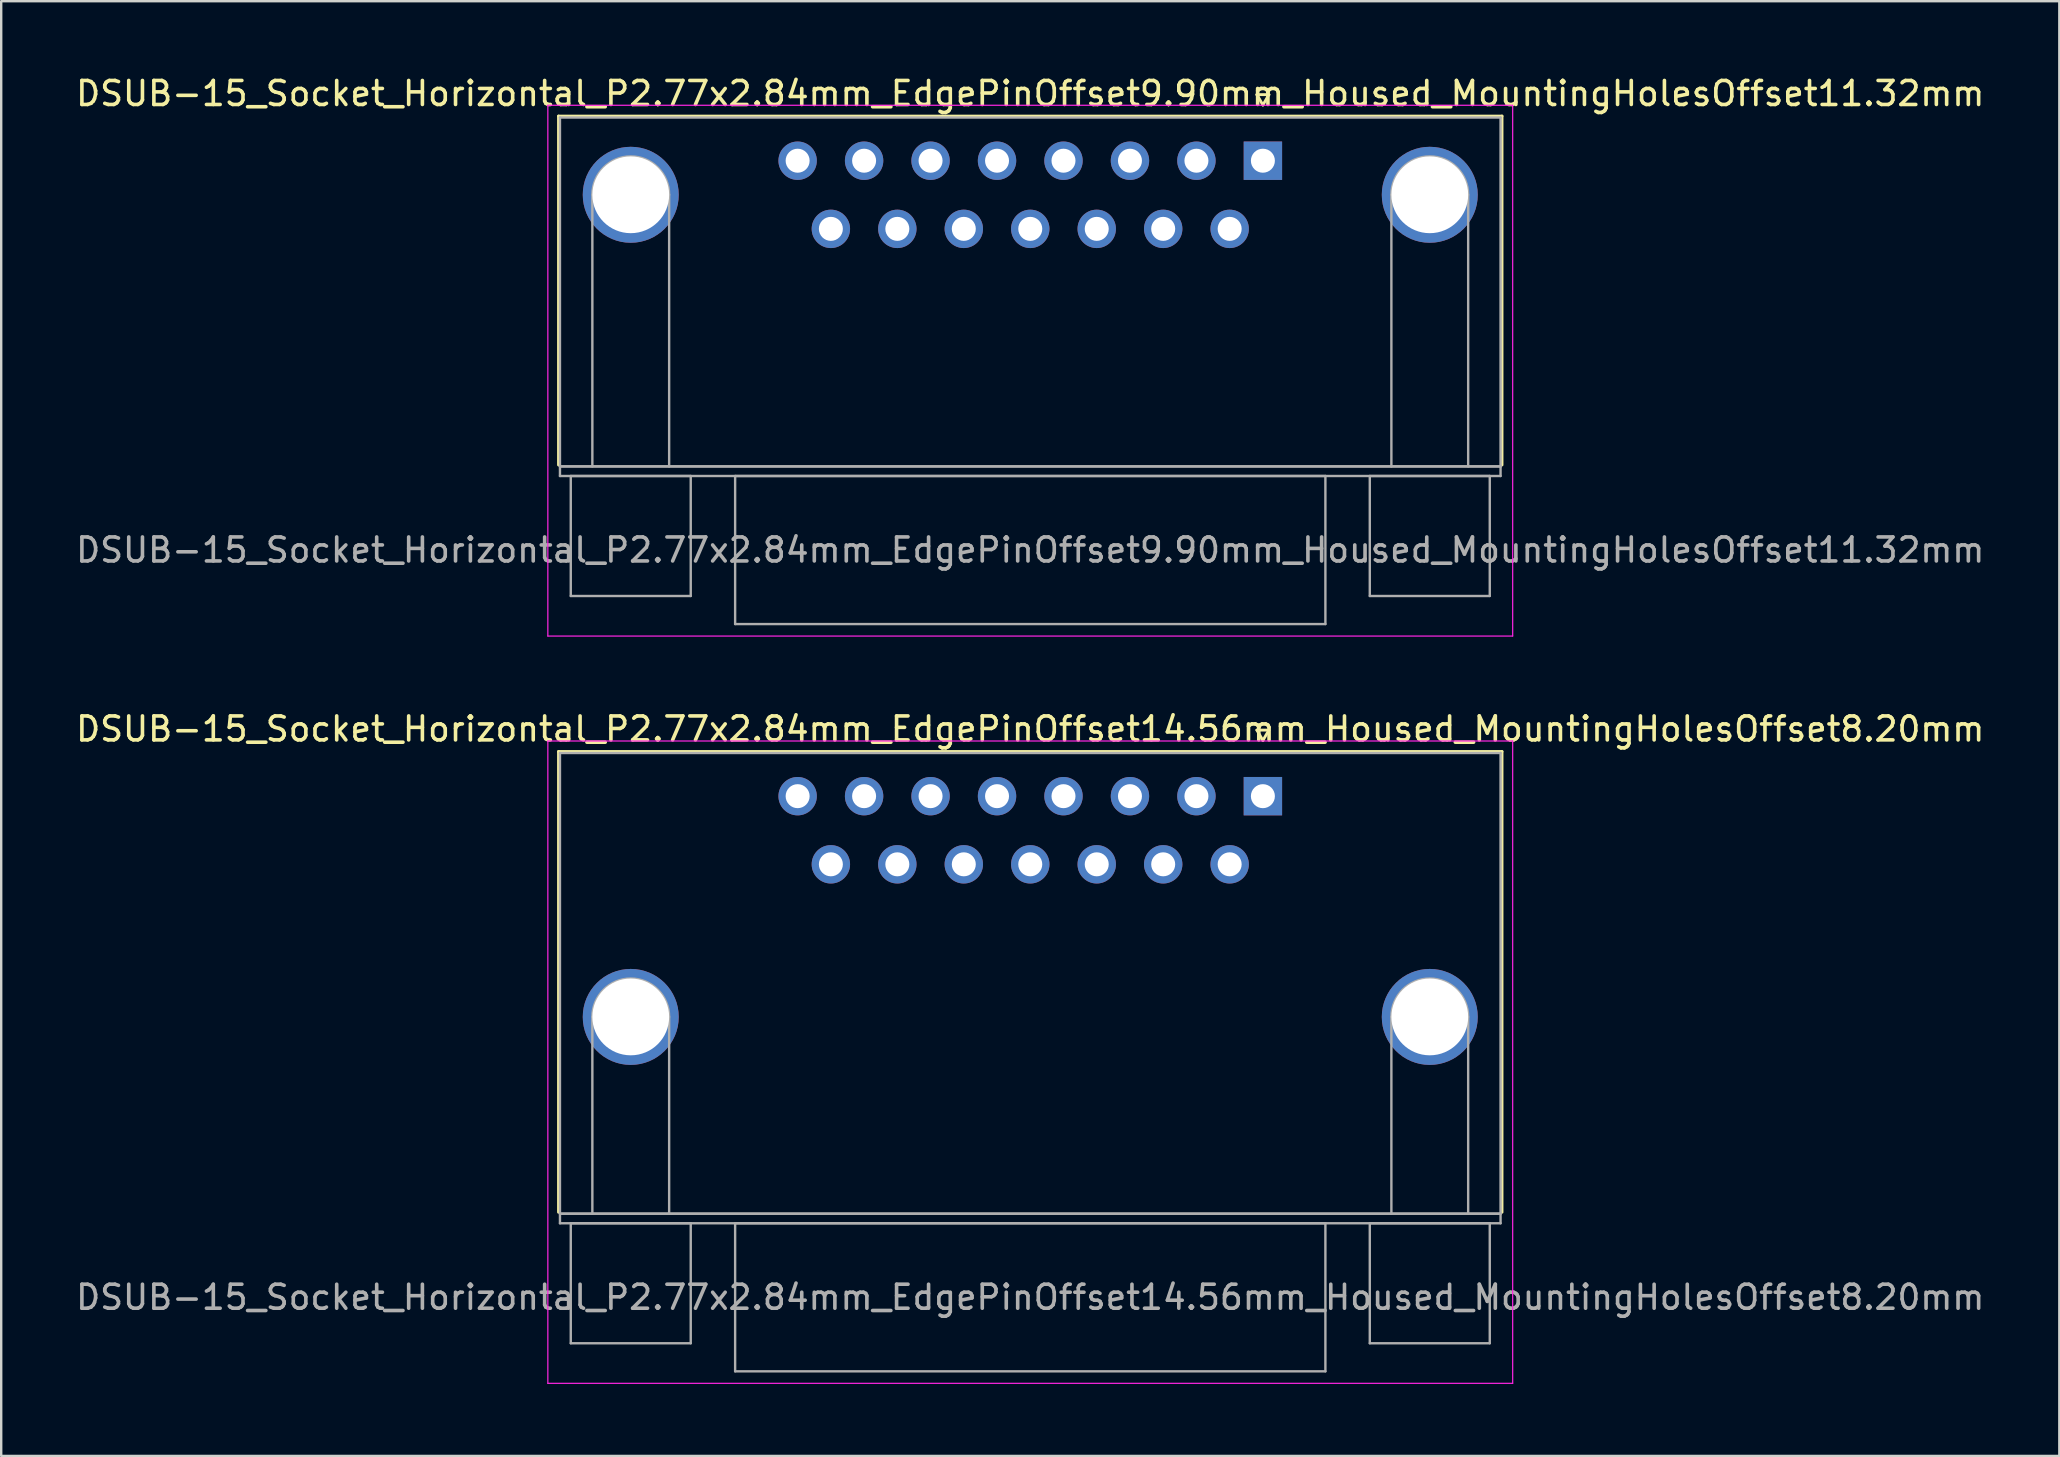
<source format=kicad_pcb>
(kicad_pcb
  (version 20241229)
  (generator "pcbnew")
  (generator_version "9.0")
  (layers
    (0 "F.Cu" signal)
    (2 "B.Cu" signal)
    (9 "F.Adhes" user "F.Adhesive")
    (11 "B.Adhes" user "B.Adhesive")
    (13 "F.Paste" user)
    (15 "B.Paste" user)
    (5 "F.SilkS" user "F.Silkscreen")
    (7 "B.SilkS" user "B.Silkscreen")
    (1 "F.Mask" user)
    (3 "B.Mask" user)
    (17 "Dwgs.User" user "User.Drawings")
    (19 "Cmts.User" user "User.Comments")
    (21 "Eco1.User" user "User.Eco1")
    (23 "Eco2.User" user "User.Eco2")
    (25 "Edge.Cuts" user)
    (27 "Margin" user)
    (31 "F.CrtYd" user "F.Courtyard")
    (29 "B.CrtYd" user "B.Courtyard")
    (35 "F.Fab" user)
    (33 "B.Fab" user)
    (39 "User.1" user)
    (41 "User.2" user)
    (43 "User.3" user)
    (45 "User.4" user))
  (footprint "DSUB-15_Socket_Horizontal_P2.77x2.84mm_EdgePinOffset14.56mm_Housed_MountingHolesOffset8.20mm"
    (layer "F.Cu")
    (at 49.582 30.131)
    (property "Reference" "DSUB-15_Socket_Horizontal_P2.77x2.84mm_EdgePinOffset14.56mm_Housed_MountingHolesOffset8.20mm" (at -9.695 -2.8 0) (layer "F.SilkS") (effects (font (size 1 1) (thickness 0.15))))
    (attr through_hole)
    (fp_line (start -29.355 -1.86) (end 9.965 -1.86) (stroke (width 0.12) (type solid)) (layer "F.SilkS"))
    (fp_line (start -29.355 17.34) (end -29.355 -1.86) (stroke (width 0.12) (type solid)) (layer "F.SilkS"))
    (fp_line (start -0.25 -2.754) (end 0.25 -2.754) (stroke (width 0.12) (type solid)) (layer "F.SilkS"))
    (fp_line (start 0 -2.321) (end -0.25 -2.754) (stroke (width 0.12) (type solid)) (layer "F.SilkS"))
    (fp_line (start 0.25 -2.754) (end 0 -2.321) (stroke (width 0.12) (type solid)) (layer "F.SilkS"))
    (fp_line (start 9.965 -1.86) (end 9.965 17.34) (stroke (width 0.12) (type solid)) (layer "F.SilkS"))
    (fp_line (start -29.8 -2.3) (end -29.8 24.47) (stroke (width 0.05) (type solid)) (layer "F.CrtYd"))
    (fp_line (start -29.8 24.47) (end 10.41 24.47) (stroke (width 0.05) (type solid)) (layer "F.CrtYd"))
    (fp_line (start 10.41 -2.3) (end -29.8 -2.3) (stroke (width 0.05) (type solid)) (layer "F.CrtYd"))
    (fp_line (start 10.41 24.47) (end 10.41 -2.3) (stroke (width 0.05) (type solid)) (layer "F.CrtYd"))
    (fp_line (start -29.295 -1.8) (end -29.295 17.4) (stroke (width 0.1) (type solid)) (layer "F.Fab"))
    (fp_line (start -29.295 17.4) (end -29.295 17.8) (stroke (width 0.1) (type solid)) (layer "F.Fab"))
    (fp_line (start -29.295 17.4) (end 9.905 17.4) (stroke (width 0.1) (type solid)) (layer "F.Fab"))
    (fp_line (start -29.295 17.8) (end 9.905 17.8) (stroke (width 0.1) (type solid)) (layer "F.Fab"))
    (fp_line (start -28.845 17.8) (end -28.845 22.8) (stroke (width 0.1) (type solid)) (layer "F.Fab"))
    (fp_line (start -28.845 22.8) (end -23.845 22.8) (stroke (width 0.1) (type solid)) (layer "F.Fab"))
    (fp_line (start -27.945 17.4) (end -27.945 9.2) (stroke (width 0.1) (type solid)) (layer "F.Fab"))
    (fp_line (start -24.745 17.4) (end -24.745 9.2) (stroke (width 0.1) (type solid)) (layer "F.Fab"))
    (fp_line (start -23.845 17.8) (end -28.845 17.8) (stroke (width 0.1) (type solid)) (layer "F.Fab"))
    (fp_line (start -23.845 22.8) (end -23.845 17.8) (stroke (width 0.1) (type solid)) (layer "F.Fab"))
    (fp_line (start -21.995 17.8) (end -21.995 23.97) (stroke (width 0.1) (type solid)) (layer "F.Fab"))
    (fp_line (start -21.995 23.97) (end 2.605 23.97) (stroke (width 0.1) (type solid)) (layer "F.Fab"))
    (fp_line (start 2.605 17.8) (end -21.995 17.8) (stroke (width 0.1) (type solid)) (layer "F.Fab"))
    (fp_line (start 2.605 23.97) (end 2.605 17.8) (stroke (width 0.1) (type solid)) (layer "F.Fab"))
    (fp_line (start 4.455 17.8) (end 4.455 22.8) (stroke (width 0.1) (type solid)) (layer "F.Fab"))
    (fp_line (start 4.455 22.8) (end 9.455 22.8) (stroke (width 0.1) (type solid)) (layer "F.Fab"))
    (fp_line (start 5.355 17.4) (end 5.355 9.2) (stroke (width 0.1) (type solid)) (layer "F.Fab"))
    (fp_line (start 8.555 17.4) (end 8.555 9.2) (stroke (width 0.1) (type solid)) (layer "F.Fab"))
    (fp_line (start 9.455 17.8) (end 4.455 17.8) (stroke (width 0.1) (type solid)) (layer "F.Fab"))
    (fp_line (start 9.455 22.8) (end 9.455 17.8) (stroke (width 0.1) (type solid)) (layer "F.Fab"))
    (fp_line (start 9.905 -1.8) (end -29.295 -1.8) (stroke (width 0.1) (type solid)) (layer "F.Fab"))
    (fp_line (start 9.905 17.4) (end -29.295 17.4) (stroke (width 0.1) (type solid)) (layer "F.Fab"))
    (fp_line (start 9.905 17.4) (end 9.905 -1.8) (stroke (width 0.1) (type solid)) (layer "F.Fab"))
    (fp_line (start 9.905 17.8) (end 9.905 17.4) (stroke (width 0.1) (type solid)) (layer "F.Fab"))
    (fp_arc (start -27.945 9.2) (mid -26.345 7.6) (end -24.745 9.2) (stroke (width 0.1) (type solid)) (layer "F.Fab"))
    (fp_arc (start 5.355 9.2) (mid 6.955 7.6) (end 8.555 9.2) (stroke (width 0.1) (type solid)) (layer "F.Fab"))
    (fp_text user "${REFERENCE}" (at -9.695 20.885 0) (layer "F.Fab") (effects (font (size 1 1) (thickness 0.15))))
    (pad "0" thru_hole circle (at -26.345 9.2) (size 4 4) (drill 3.2) (layers "*.Cu" "*.Mask"))
    (pad "0" thru_hole circle (at 6.955 9.2) (size 4 4) (drill 3.2) (layers "*.Cu" "*.Mask"))
    (pad "1" thru_hole rect (at 0 0) (size 1.6 1.6) (drill 1) (layers "*.Cu" "*.Mask"))
    (pad "2" thru_hole circle (at -2.77 0) (size 1.6 1.6) (drill 1) (layers "*.Cu" "*.Mask"))
    (pad "3" thru_hole circle (at -5.54 0) (size 1.6 1.6) (drill 1) (layers "*.Cu" "*.Mask"))
    (pad "4" thru_hole circle (at -8.31 0) (size 1.6 1.6) (drill 1) (layers "*.Cu" "*.Mask"))
    (pad "5" thru_hole circle (at -11.08 0) (size 1.6 1.6) (drill 1) (layers "*.Cu" "*.Mask"))
    (pad "6" thru_hole circle (at -13.85 0) (size 1.6 1.6) (drill 1) (layers "*.Cu" "*.Mask"))
    (pad "7" thru_hole circle (at -16.62 0) (size 1.6 1.6) (drill 1) (layers "*.Cu" "*.Mask"))
    (pad "8" thru_hole circle (at -19.39 0) (size 1.6 1.6) (drill 1) (layers "*.Cu" "*.Mask"))
    (pad "9" thru_hole circle (at -1.385 2.84) (size 1.6 1.6) (drill 1) (layers "*.Cu" "*.Mask"))
    (pad "10" thru_hole circle (at -4.155 2.84) (size 1.6 1.6) (drill 1) (layers "*.Cu" "*.Mask"))
    (pad "11" thru_hole circle (at -6.925 2.84) (size 1.6 1.6) (drill 1) (layers "*.Cu" "*.Mask"))
    (pad "12" thru_hole circle (at -9.695 2.84) (size 1.6 1.6) (drill 1) (layers "*.Cu" "*.Mask"))
    (pad "13" thru_hole circle (at -12.465 2.84) (size 1.6 1.6) (drill 1) (layers "*.Cu" "*.Mask"))
    (pad "14" thru_hole circle (at -15.235 2.84) (size 1.6 1.6) (drill 1) (layers "*.Cu" "*.Mask"))
    (pad "15" thru_hole circle (at -18.005 2.84) (size 1.6 1.6) (drill 1) (layers "*.Cu" "*.Mask")))
  (footprint "DSUB-15_Socket_Horizontal_P2.77x2.84mm_EdgePinOffset9.90mm_Housed_MountingHolesOffset11.32mm"
    (layer "F.Cu")
    (at 49.582 3.648)
    (property "Reference" "DSUB-15_Socket_Horizontal_P2.77x2.84mm_EdgePinOffset9.90mm_Housed_MountingHolesOffset11.32mm" (at -9.695 -2.8 0) (layer "F.SilkS") (effects (font (size 1 1) (thickness 0.15))))
    (attr through_hole)
    (fp_line (start -29.355 -1.86) (end 9.965 -1.86) (stroke (width 0.12) (type solid)) (layer "F.SilkS"))
    (fp_line (start -29.355 12.68) (end -29.355 -1.86) (stroke (width 0.12) (type solid)) (layer "F.SilkS"))
    (fp_line (start -0.25 -2.754) (end 0.25 -2.754) (stroke (width 0.12) (type solid)) (layer "F.SilkS"))
    (fp_line (start 0 -2.321) (end -0.25 -2.754) (stroke (width 0.12) (type solid)) (layer "F.SilkS"))
    (fp_line (start 0.25 -2.754) (end 0 -2.321) (stroke (width 0.12) (type solid)) (layer "F.SilkS"))
    (fp_line (start 9.965 -1.86) (end 9.965 12.68) (stroke (width 0.12) (type solid)) (layer "F.SilkS"))
    (fp_line (start -29.8 -2.31) (end -29.8 19.81) (stroke (width 0.05) (type solid)) (layer "F.CrtYd"))
    (fp_line (start -29.8 19.81) (end 10.41 19.81) (stroke (width 0.05) (type solid)) (layer "F.CrtYd"))
    (fp_line (start 10.41 -2.31) (end -29.8 -2.31) (stroke (width 0.05) (type solid)) (layer "F.CrtYd"))
    (fp_line (start 10.41 19.81) (end 10.41 -2.31) (stroke (width 0.05) (type solid)) (layer "F.CrtYd"))
    (fp_line (start -29.295 -1.8) (end -29.295 12.74) (stroke (width 0.1) (type solid)) (layer "F.Fab"))
    (fp_line (start -29.295 12.74) (end -29.295 13.14) (stroke (width 0.1) (type solid)) (layer "F.Fab"))
    (fp_line (start -29.295 12.74) (end 9.905 12.74) (stroke (width 0.1) (type solid)) (layer "F.Fab"))
    (fp_line (start -29.295 13.14) (end 9.905 13.14) (stroke (width 0.1) (type solid)) (layer "F.Fab"))
    (fp_line (start -28.845 13.14) (end -28.845 18.14) (stroke (width 0.1) (type solid)) (layer "F.Fab"))
    (fp_line (start -28.845 18.14) (end -23.845 18.14) (stroke (width 0.1) (type solid)) (layer "F.Fab"))
    (fp_line (start -27.945 12.74) (end -27.945 1.42) (stroke (width 0.1) (type solid)) (layer "F.Fab"))
    (fp_line (start -24.745 12.74) (end -24.745 1.42) (stroke (width 0.1) (type solid)) (layer "F.Fab"))
    (fp_line (start -23.845 13.14) (end -28.845 13.14) (stroke (width 0.1) (type solid)) (layer "F.Fab"))
    (fp_line (start -23.845 18.14) (end -23.845 13.14) (stroke (width 0.1) (type solid)) (layer "F.Fab"))
    (fp_line (start -21.995 13.14) (end -21.995 19.31) (stroke (width 0.1) (type solid)) (layer "F.Fab"))
    (fp_line (start -21.995 19.31) (end 2.605 19.31) (stroke (width 0.1) (type solid)) (layer "F.Fab"))
    (fp_line (start 2.605 13.14) (end -21.995 13.14) (stroke (width 0.1) (type solid)) (layer "F.Fab"))
    (fp_line (start 2.605 19.31) (end 2.605 13.14) (stroke (width 0.1) (type solid)) (layer "F.Fab"))
    (fp_line (start 4.455 13.14) (end 4.455 18.14) (stroke (width 0.1) (type solid)) (layer "F.Fab"))
    (fp_line (start 4.455 18.14) (end 9.455 18.14) (stroke (width 0.1) (type solid)) (layer "F.Fab"))
    (fp_line (start 5.355 12.74) (end 5.355 1.42) (stroke (width 0.1) (type solid)) (layer "F.Fab"))
    (fp_line (start 8.555 12.74) (end 8.555 1.42) (stroke (width 0.1) (type solid)) (layer "F.Fab"))
    (fp_line (start 9.455 13.14) (end 4.455 13.14) (stroke (width 0.1) (type solid)) (layer "F.Fab"))
    (fp_line (start 9.455 18.14) (end 9.455 13.14) (stroke (width 0.1) (type solid)) (layer "F.Fab"))
    (fp_line (start 9.905 -1.8) (end -29.295 -1.8) (stroke (width 0.1) (type solid)) (layer "F.Fab"))
    (fp_line (start 9.905 12.74) (end -29.295 12.74) (stroke (width 0.1) (type solid)) (layer "F.Fab"))
    (fp_line (start 9.905 12.74) (end 9.905 -1.8) (stroke (width 0.1) (type solid)) (layer "F.Fab"))
    (fp_line (start 9.905 13.14) (end 9.905 12.74) (stroke (width 0.1) (type solid)) (layer "F.Fab"))
    (fp_arc (start -27.945 1.42) (mid -26.345 -0.18) (end -24.745 1.42) (stroke (width 0.1) (type solid)) (layer "F.Fab"))
    (fp_arc (start 5.355 1.42) (mid 6.955 -0.18) (end 8.555 1.42) (stroke (width 0.1) (type solid)) (layer "F.Fab"))
    (fp_text user "${REFERENCE}" (at -9.695 16.225 0) (layer "F.Fab") (effects (font (size 1 1) (thickness 0.15))))
    (pad "0" thru_hole circle (at -26.345 1.42) (size 4 4) (drill 3.2) (layers "*.Cu" "*.Mask"))
    (pad "0" thru_hole circle (at 6.955 1.42) (size 4 4) (drill 3.2) (layers "*.Cu" "*.Mask"))
    (pad "1" thru_hole rect (at 0 0) (size 1.6 1.6) (drill 1) (layers "*.Cu" "*.Mask"))
    (pad "2" thru_hole circle (at -2.77 0) (size 1.6 1.6) (drill 1) (layers "*.Cu" "*.Mask"))
    (pad "3" thru_hole circle (at -5.54 0) (size 1.6 1.6) (drill 1) (layers "*.Cu" "*.Mask"))
    (pad "4" thru_hole circle (at -8.31 0) (size 1.6 1.6) (drill 1) (layers "*.Cu" "*.Mask"))
    (pad "5" thru_hole circle (at -11.08 0) (size 1.6 1.6) (drill 1) (layers "*.Cu" "*.Mask"))
    (pad "6" thru_hole circle (at -13.85 0) (size 1.6 1.6) (drill 1) (layers "*.Cu" "*.Mask"))
    (pad "7" thru_hole circle (at -16.62 0) (size 1.6 1.6) (drill 1) (layers "*.Cu" "*.Mask"))
    (pad "8" thru_hole circle (at -19.39 0) (size 1.6 1.6) (drill 1) (layers "*.Cu" "*.Mask"))
    (pad "9" thru_hole circle (at -1.385 2.84) (size 1.6 1.6) (drill 1) (layers "*.Cu" "*.Mask"))
    (pad "10" thru_hole circle (at -4.155 2.84) (size 1.6 1.6) (drill 1) (layers "*.Cu" "*.Mask"))
    (pad "11" thru_hole circle (at -6.925 2.84) (size 1.6 1.6) (drill 1) (layers "*.Cu" "*.Mask"))
    (pad "12" thru_hole circle (at -9.695 2.84) (size 1.6 1.6) (drill 1) (layers "*.Cu" "*.Mask"))
    (pad "13" thru_hole circle (at -12.465 2.84) (size 1.6 1.6) (drill 1) (layers "*.Cu" "*.Mask"))
    (pad "14" thru_hole circle (at -15.235 2.84) (size 1.6 1.6) (drill 1) (layers "*.Cu" "*.Mask"))
    (pad "15" thru_hole circle (at -18.005 2.84) (size 1.6 1.6) (drill 1) (layers "*.Cu" "*.Mask")))
  (gr_rect
    (start -3 -3)
    (end 82.774 57.627)
    (stroke (width 0.1) (type default))
    (fill no)
    (layer "Edge.Cuts")))
</source>
